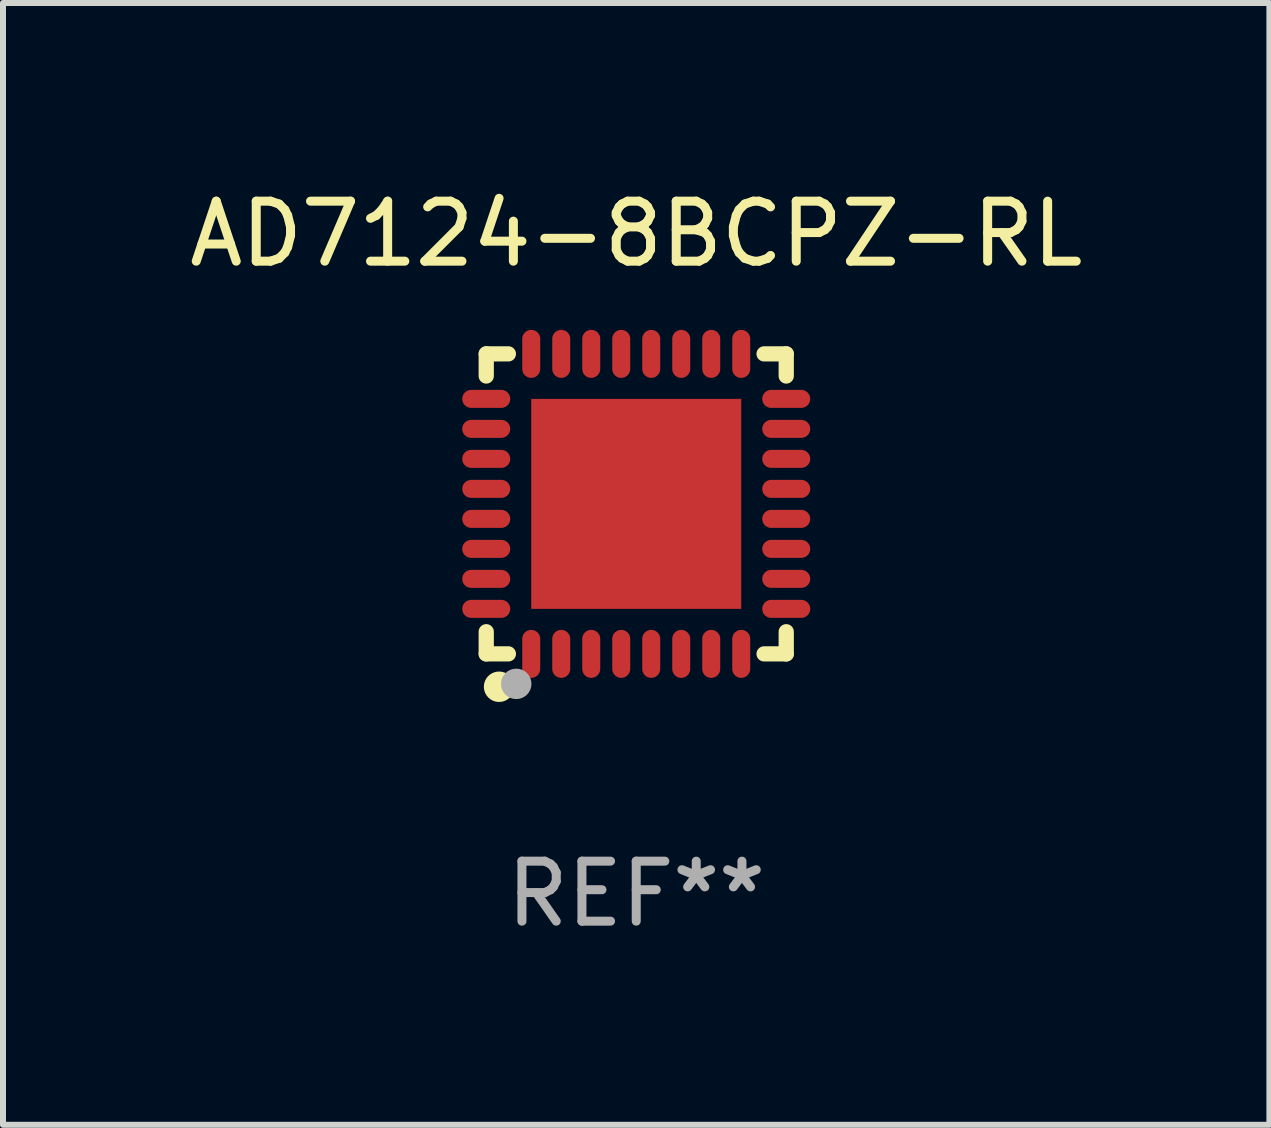
<source format=kicad_pcb>
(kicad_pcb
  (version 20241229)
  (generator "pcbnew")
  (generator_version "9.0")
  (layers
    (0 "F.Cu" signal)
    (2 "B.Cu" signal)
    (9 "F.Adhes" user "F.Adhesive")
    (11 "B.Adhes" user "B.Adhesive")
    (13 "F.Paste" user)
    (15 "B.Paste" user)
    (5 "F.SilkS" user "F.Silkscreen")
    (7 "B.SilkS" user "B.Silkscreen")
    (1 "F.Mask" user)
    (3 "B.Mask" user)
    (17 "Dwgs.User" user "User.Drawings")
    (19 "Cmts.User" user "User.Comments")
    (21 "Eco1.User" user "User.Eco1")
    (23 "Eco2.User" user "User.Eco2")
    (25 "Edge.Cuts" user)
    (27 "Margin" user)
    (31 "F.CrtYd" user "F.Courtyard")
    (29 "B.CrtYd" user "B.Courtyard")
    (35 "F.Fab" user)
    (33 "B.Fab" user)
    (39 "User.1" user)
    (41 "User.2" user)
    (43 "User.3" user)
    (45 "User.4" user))
  (footprint "AD7124-8BCPZ-RL"
    (layer "F.Cu")
    (at 7.554 5.348)
    (property "Reference" "AD7124-8BCPZ-RL" (at 0 -4.5 0) (layer "F.SilkS") (effects (font (size 1 1) (thickness 0.15))))
    (attr through_hole)
    (fp_line (start -2.5 -2.5) (end -2.131 -2.5) (stroke (width 0.254) (type solid)) (layer "F.SilkS"))
    (fp_line (start -2.5 -2.131) (end -2.5 -2.5) (stroke (width 0.254) (type solid)) (layer "F.SilkS"))
    (fp_line (start -2.5 2.5) (end -2.5 2.131) (stroke (width 0.254) (type solid)) (layer "F.SilkS"))
    (fp_line (start -2.131 2.5) (end -2.5 2.5) (stroke (width 0.254) (type solid)) (layer "F.SilkS"))
    (fp_line (start 2.131 -2.5) (end 2.5 -2.5) (stroke (width 0.254) (type solid)) (layer "F.SilkS"))
    (fp_line (start 2.5 -2.5) (end 2.5 -2.131) (stroke (width 0.254) (type solid)) (layer "F.SilkS"))
    (fp_line (start 2.5 2.131) (end 2.5 2.5) (stroke (width 0.254) (type solid)) (layer "F.SilkS"))
    (fp_line (start 2.5 2.5) (end 2.131 2.5) (stroke (width 0.254) (type solid)) (layer "F.SilkS"))
    (fp_circle (center -2.5 2.5) (end -2.47 2.5) (stroke (width 0.06) (type solid)) (fill no) (layer "F.SilkS"))
    (fp_circle (center -2.286 3.048) (end -2.159 3.048) (stroke (width 0.254) (type solid)) (fill no) (layer "F.SilkS"))
    (fp_circle (center -2 3) (end -1.873 3) (stroke (width 0.254) (type solid)) (fill no) (layer "F.Fab"))
    (fp_text user "REF**" (at 0 6.5 0) (layer "F.Fab") (effects (font (size 1 1) (thickness 0.15))))
    (pad "1" smd oval (at -1.75 2.5 90) (size 0.8 0.3) (layers "F.Cu" "F.Mask" "F.Paste"))
    (pad "2" smd oval (at -1.25 2.5 90) (size 0.8 0.3) (layers "F.Cu" "F.Mask" "F.Paste"))
    (pad "3" smd oval (at -0.75 2.5 90) (size 0.8 0.3) (layers "F.Cu" "F.Mask" "F.Paste"))
    (pad "4" smd oval (at -0.25 2.5 90) (size 0.8 0.3) (layers "F.Cu" "F.Mask" "F.Paste"))
    (pad "5" smd oval (at 0.25 2.5 90) (size 0.8 0.3) (layers "F.Cu" "F.Mask" "F.Paste"))
    (pad "6" smd oval (at 0.75 2.5 90) (size 0.8 0.3) (layers "F.Cu" "F.Mask" "F.Paste"))
    (pad "7" smd oval (at 1.25 2.5 90) (size 0.8 0.3) (layers "F.Cu" "F.Mask" "F.Paste"))
    (pad "8" smd oval (at 1.75 2.5 90) (size 0.8 0.3) (layers "F.Cu" "F.Mask" "F.Paste"))
    (pad "9" smd oval (at 2.5 1.75 180) (size 0.8 0.3) (layers "F.Cu" "F.Mask" "F.Paste"))
    (pad "10" smd oval (at 2.5 1.25 180) (size 0.8 0.3) (layers "F.Cu" "F.Mask" "F.Paste"))
    (pad "11" smd oval (at 2.5 0.75 180) (size 0.8 0.3) (layers "F.Cu" "F.Mask" "F.Paste"))
    (pad "12" smd oval (at 2.5 0.25 180) (size 0.8 0.3) (layers "F.Cu" "F.Mask" "F.Paste"))
    (pad "13" smd oval (at 2.5 -0.25 180) (size 0.8 0.3) (layers "F.Cu" "F.Mask" "F.Paste"))
    (pad "14" smd oval (at 2.5 -0.75 180) (size 0.8 0.3) (layers "F.Cu" "F.Mask" "F.Paste"))
    (pad "15" smd oval (at 2.5 -1.25 180) (size 0.8 0.3) (layers "F.Cu" "F.Mask" "F.Paste"))
    (pad "16" smd oval (at 2.5 -1.75 180) (size 0.8 0.3) (layers "F.Cu" "F.Mask" "F.Paste"))
    (pad "17" smd oval (at 1.75 -2.5 270) (size 0.8 0.3) (layers "F.Cu" "F.Mask" "F.Paste"))
    (pad "18" smd oval (at 1.25 -2.5 270) (size 0.8 0.3) (layers "F.Cu" "F.Mask" "F.Paste"))
    (pad "19" smd oval (at 0.75 -2.5 270) (size 0.8 0.3) (layers "F.Cu" "F.Mask" "F.Paste"))
    (pad "20" smd oval (at 0.25 -2.5 270) (size 0.8 0.3) (layers "F.Cu" "F.Mask" "F.Paste"))
    (pad "21" smd oval (at -0.25 -2.5 270) (size 0.8 0.3) (layers "F.Cu" "F.Mask" "F.Paste"))
    (pad "22" smd oval (at -0.75 -2.5 270) (size 0.8 0.3) (layers "F.Cu" "F.Mask" "F.Paste"))
    (pad "23" smd oval (at -1.25 -2.5 270) (size 0.8 0.3) (layers "F.Cu" "F.Mask" "F.Paste"))
    (pad "24" smd oval (at -1.75 -2.5 270) (size 0.8 0.3) (layers "F.Cu" "F.Mask" "F.Paste"))
    (pad "25" smd oval (at -2.5 -1.75) (size 0.8 0.3) (layers "F.Cu" "F.Mask" "F.Paste"))
    (pad "26" smd oval (at -2.5 -1.25) (size 0.8 0.3) (layers "F.Cu" "F.Mask" "F.Paste"))
    (pad "27" smd oval (at -2.5 -0.75) (size 0.8 0.3) (layers "F.Cu" "F.Mask" "F.Paste"))
    (pad "28" smd oval (at -2.5 -0.25) (size 0.8 0.3) (layers "F.Cu" "F.Mask" "F.Paste"))
    (pad "29" smd oval (at -2.5 0.25) (size 0.8 0.3) (layers "F.Cu" "F.Mask" "F.Paste"))
    (pad "30" smd oval (at -2.5 0.75) (size 0.8 0.3) (layers "F.Cu" "F.Mask" "F.Paste"))
    (pad "31" smd oval (at -2.5 1.25) (size 0.8 0.3) (layers "F.Cu" "F.Mask" "F.Paste"))
    (pad "32" smd oval (at -2.5 1.75) (size 0.8 0.3) (layers "F.Cu" "F.Mask" "F.Paste"))
    (pad "33" smd rect (at -0.000127 0.000127 90) (size 3.5 3.5) (layers "F.Cu" "F.Mask" "F.Paste")))
  (gr_rect
    (start -3 -3)
    (end 18.107 15.697)
    (stroke (width 0.1) (type default))
    (fill no)
    (layer "Edge.Cuts")))
</source>
